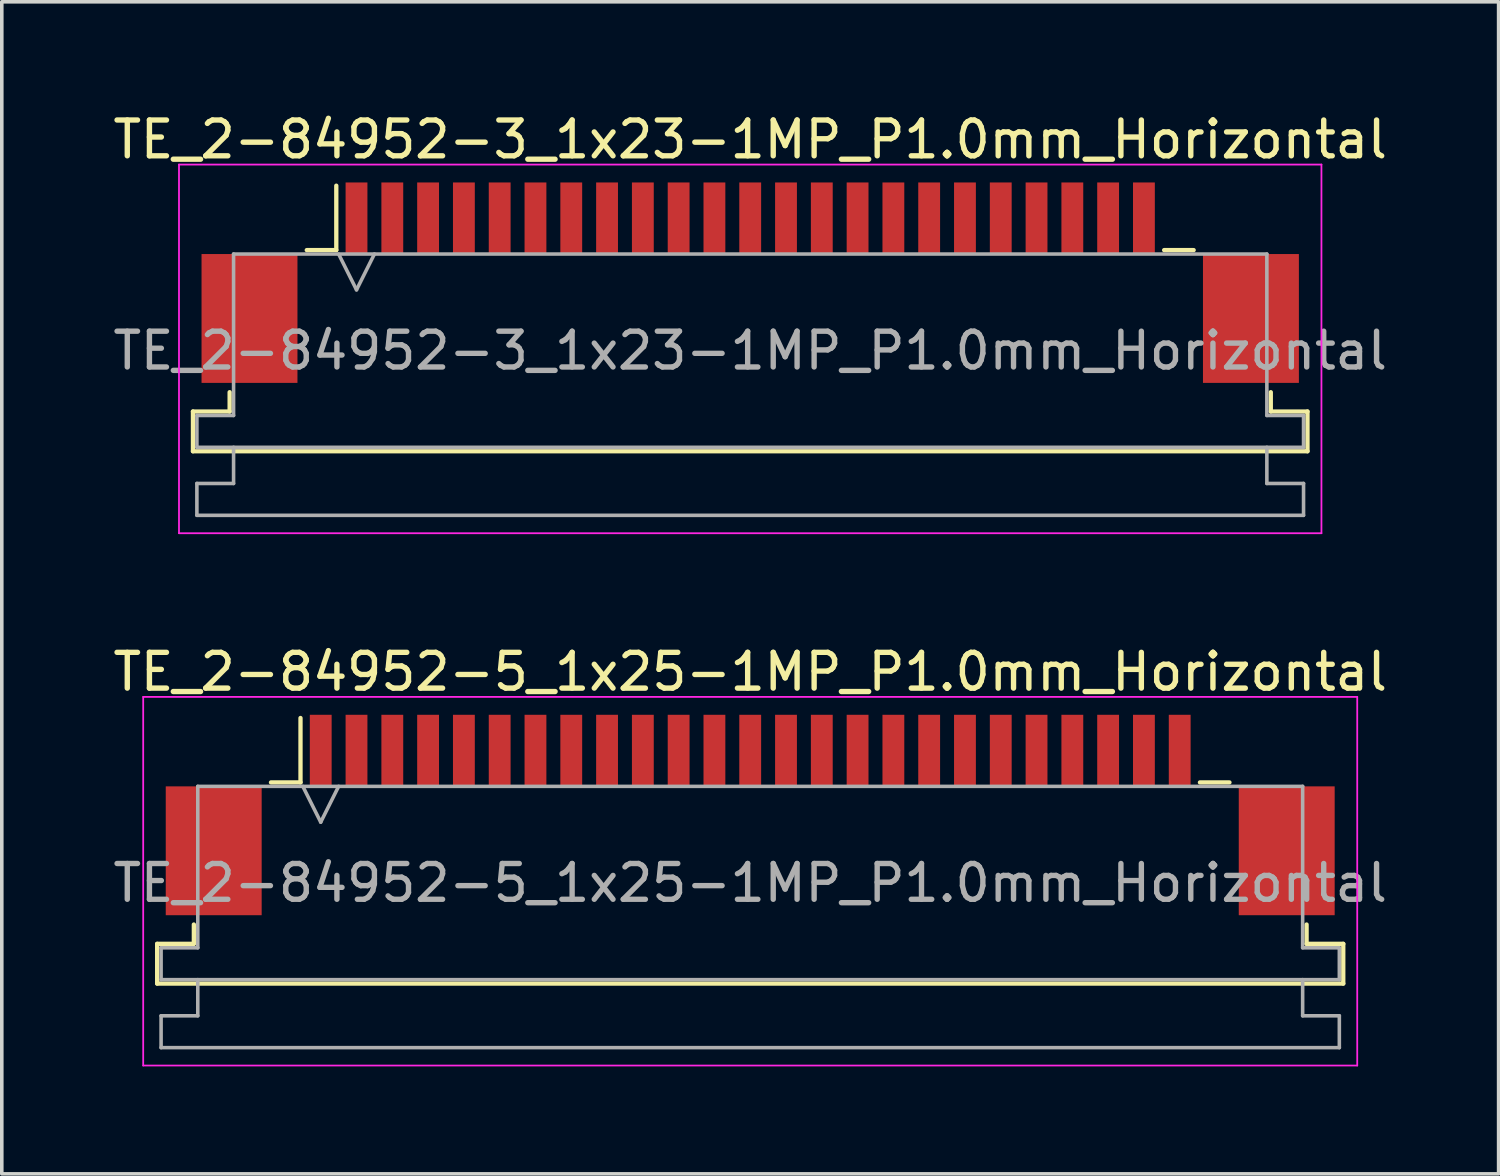
<source format=kicad_pcb>
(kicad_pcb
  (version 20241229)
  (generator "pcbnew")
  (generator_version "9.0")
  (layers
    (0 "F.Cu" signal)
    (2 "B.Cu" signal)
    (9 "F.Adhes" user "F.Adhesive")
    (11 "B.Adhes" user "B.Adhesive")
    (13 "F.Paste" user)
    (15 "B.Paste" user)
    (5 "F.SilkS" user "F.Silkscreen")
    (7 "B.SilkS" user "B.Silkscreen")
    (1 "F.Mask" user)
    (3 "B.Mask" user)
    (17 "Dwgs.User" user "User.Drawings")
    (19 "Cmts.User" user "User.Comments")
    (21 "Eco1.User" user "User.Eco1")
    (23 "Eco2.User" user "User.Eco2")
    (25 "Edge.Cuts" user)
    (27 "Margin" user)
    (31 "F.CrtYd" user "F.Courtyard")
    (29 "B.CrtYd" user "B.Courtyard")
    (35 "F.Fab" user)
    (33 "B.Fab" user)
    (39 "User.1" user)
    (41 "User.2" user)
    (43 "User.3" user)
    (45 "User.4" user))
  (footprint "TE_2-84952-3_1x23-1MP_P1.0mm_Horizontal"
    (layer "F.Cu")
    (at 17.911 4.848)
    (property "Reference" "TE_2-84952-3_1x23-1MP_P1.0mm_Horizontal" (at 0 -4 0) (layer "F.SilkS") (effects (font (size 1 1) (thickness 0.15))))
    (attr smd)
    (fp_line (start -15.57 3.6) (end -14.545 3.6) (stroke (width 0.12) (type solid)) (layer "F.SilkS"))
    (fp_line (start -15.57 4.71) (end -15.57 3.6) (stroke (width 0.12) (type solid)) (layer "F.SilkS"))
    (fp_line (start -14.545 3.6) (end -14.545 3.06) (stroke (width 0.12) (type solid)) (layer "F.SilkS"))
    (fp_line (start -12.39 -0.91) (end -11.565 -0.91) (stroke (width 0.12) (type solid)) (layer "F.SilkS"))
    (fp_line (start -11.565 -0.91) (end -11.565 -2.71) (stroke (width 0.12) (type solid)) (layer "F.SilkS"))
    (fp_line (start 11.565 -0.91) (end 12.39 -0.91) (stroke (width 0.12) (type solid)) (layer "F.SilkS"))
    (fp_line (start 14.545 3.06) (end 14.545 3.6) (stroke (width 0.12) (type solid)) (layer "F.SilkS"))
    (fp_line (start 14.545 3.6) (end 15.57 3.6) (stroke (width 0.12) (type solid)) (layer "F.SilkS"))
    (fp_line (start 15.57 3.6) (end 15.57 4.71) (stroke (width 0.12) (type solid)) (layer "F.SilkS"))
    (fp_line (start 15.57 4.71) (end -15.57 4.71) (stroke (width 0.12) (type solid)) (layer "F.SilkS"))
    (fp_line (start -15.96 -3.3) (end -15.96 7) (stroke (width 0.05) (type solid)) (layer "F.CrtYd"))
    (fp_line (start -15.96 7) (end 15.96 7) (stroke (width 0.05) (type solid)) (layer "F.CrtYd"))
    (fp_line (start 15.96 -3.3) (end -15.96 -3.3) (stroke (width 0.05) (type solid)) (layer "F.CrtYd"))
    (fp_line (start 15.96 7) (end 15.96 -3.3) (stroke (width 0.05) (type solid)) (layer "F.CrtYd"))
    (fp_line (start -15.46 3.71) (end -14.435 3.71) (stroke (width 0.1) (type solid)) (layer "F.Fab"))
    (fp_line (start -15.46 4.6) (end -15.46 3.71) (stroke (width 0.1) (type solid)) (layer "F.Fab"))
    (fp_line (start -15.46 5.61) (end -14.435 5.61) (stroke (width 0.1) (type solid)) (layer "F.Fab"))
    (fp_line (start -15.46 6.5) (end -15.46 5.61) (stroke (width 0.1) (type solid)) (layer "F.Fab"))
    (fp_line (start -14.435 -0.8) (end 14.435 -0.8) (stroke (width 0.1) (type solid)) (layer "F.Fab"))
    (fp_line (start -14.435 3.71) (end -14.435 -0.8) (stroke (width 0.1) (type solid)) (layer "F.Fab"))
    (fp_line (start -14.435 5.61) (end -14.435 4.6) (stroke (width 0.1) (type solid)) (layer "F.Fab"))
    (fp_line (start -11.5 -0.8) (end -11 0.2) (stroke (width 0.1) (type solid)) (layer "F.Fab"))
    (fp_line (start -11 0.2) (end -10.5 -0.8) (stroke (width 0.1) (type solid)) (layer "F.Fab"))
    (fp_line (start 14.435 -0.8) (end 14.435 3.71) (stroke (width 0.1) (type solid)) (layer "F.Fab"))
    (fp_line (start 14.435 3.71) (end 15.46 3.71) (stroke (width 0.1) (type solid)) (layer "F.Fab"))
    (fp_line (start 14.435 4.6) (end 14.435 5.61) (stroke (width 0.1) (type solid)) (layer "F.Fab"))
    (fp_line (start 14.435 5.61) (end 15.46 5.61) (stroke (width 0.1) (type solid)) (layer "F.Fab"))
    (fp_line (start 15.46 3.71) (end 15.46 4.6) (stroke (width 0.1) (type solid)) (layer "F.Fab"))
    (fp_line (start 15.46 4.6) (end -15.46 4.6) (stroke (width 0.1) (type solid)) (layer "F.Fab"))
    (fp_line (start 15.46 5.61) (end 15.46 6.5) (stroke (width 0.1) (type solid)) (layer "F.Fab"))
    (fp_line (start 15.46 6.5) (end -15.46 6.5) (stroke (width 0.1) (type solid)) (layer "F.Fab"))
    (fp_text user "${REFERENCE}" (at 0 1.9 0) (layer "F.Fab") (effects (font (size 1 1) (thickness 0.15))))
    (pad "1" smd rect (at -11 -1.8) (size 0.61 2) (layers "F.Cu" "F.Mask" "F.Paste"))
    (pad "2" smd rect (at -10 -1.8) (size 0.61 2) (layers "F.Cu" "F.Mask" "F.Paste"))
    (pad "3" smd rect (at -9 -1.8) (size 0.61 2) (layers "F.Cu" "F.Mask" "F.Paste"))
    (pad "4" smd rect (at -8 -1.8) (size 0.61 2) (layers "F.Cu" "F.Mask" "F.Paste"))
    (pad "5" smd rect (at -7 -1.8) (size 0.61 2) (layers "F.Cu" "F.Mask" "F.Paste"))
    (pad "6" smd rect (at -6 -1.8) (size 0.61 2) (layers "F.Cu" "F.Mask" "F.Paste"))
    (pad "7" smd rect (at -5 -1.8) (size 0.61 2) (layers "F.Cu" "F.Mask" "F.Paste"))
    (pad "8" smd rect (at -4 -1.8) (size 0.61 2) (layers "F.Cu" "F.Mask" "F.Paste"))
    (pad "9" smd rect (at -3 -1.8) (size 0.61 2) (layers "F.Cu" "F.Mask" "F.Paste"))
    (pad "10" smd rect (at -2 -1.8) (size 0.61 2) (layers "F.Cu" "F.Mask" "F.Paste"))
    (pad "11" smd rect (at -1 -1.8) (size 0.61 2) (layers "F.Cu" "F.Mask" "F.Paste"))
    (pad "12" smd rect (at 0 -1.8) (size 0.61 2) (layers "F.Cu" "F.Mask" "F.Paste"))
    (pad "13" smd rect (at 1 -1.8) (size 0.61 2) (layers "F.Cu" "F.Mask" "F.Paste"))
    (pad "14" smd rect (at 2 -1.8) (size 0.61 2) (layers "F.Cu" "F.Mask" "F.Paste"))
    (pad "15" smd rect (at 3 -1.8) (size 0.61 2) (layers "F.Cu" "F.Mask" "F.Paste"))
    (pad "16" smd rect (at 4 -1.8) (size 0.61 2) (layers "F.Cu" "F.Mask" "F.Paste"))
    (pad "17" smd rect (at 5 -1.8) (size 0.61 2) (layers "F.Cu" "F.Mask" "F.Paste"))
    (pad "18" smd rect (at 6 -1.8) (size 0.61 2) (layers "F.Cu" "F.Mask" "F.Paste"))
    (pad "19" smd rect (at 7 -1.8) (size 0.61 2) (layers "F.Cu" "F.Mask" "F.Paste"))
    (pad "20" smd rect (at 8 -1.8) (size 0.61 2) (layers "F.Cu" "F.Mask" "F.Paste"))
    (pad "21" smd rect (at 9 -1.8) (size 0.61 2) (layers "F.Cu" "F.Mask" "F.Paste"))
    (pad "22" smd rect (at 10 -1.8) (size 0.61 2) (layers "F.Cu" "F.Mask" "F.Paste"))
    (pad "23" smd rect (at 11 -1.8) (size 0.61 2) (layers "F.Cu" "F.Mask" "F.Paste"))
    (pad "MP" smd rect (at -13.99 1) (size 2.68 3.6) (layers "F.Cu" "F.Mask" "F.Paste"))
    (pad "MP" smd rect (at 13.99 1) (size 2.68 3.6) (layers "F.Cu" "F.Mask" "F.Paste")))
  (footprint "TE_2-84952-5_1x25-1MP_P1.0mm_Horizontal"
    (layer "F.Cu")
    (at 17.911 19.721)
    (property "Reference" "TE_2-84952-5_1x25-1MP_P1.0mm_Horizontal" (at 0 -4 0) (layer "F.SilkS") (effects (font (size 1 1) (thickness 0.15))))
    (attr smd)
    (fp_line (start -16.57 3.6) (end -15.545 3.6) (stroke (width 0.12) (type solid)) (layer "F.SilkS"))
    (fp_line (start -16.57 4.71) (end -16.57 3.6) (stroke (width 0.12) (type solid)) (layer "F.SilkS"))
    (fp_line (start -15.545 3.6) (end -15.545 3.06) (stroke (width 0.12) (type solid)) (layer "F.SilkS"))
    (fp_line (start -13.39 -0.91) (end -12.565 -0.91) (stroke (width 0.12) (type solid)) (layer "F.SilkS"))
    (fp_line (start -12.565 -0.91) (end -12.565 -2.71) (stroke (width 0.12) (type solid)) (layer "F.SilkS"))
    (fp_line (start 12.565 -0.91) (end 13.39 -0.91) (stroke (width 0.12) (type solid)) (layer "F.SilkS"))
    (fp_line (start 15.545 3.06) (end 15.545 3.6) (stroke (width 0.12) (type solid)) (layer "F.SilkS"))
    (fp_line (start 15.545 3.6) (end 16.57 3.6) (stroke (width 0.12) (type solid)) (layer "F.SilkS"))
    (fp_line (start 16.57 3.6) (end 16.57 4.71) (stroke (width 0.12) (type solid)) (layer "F.SilkS"))
    (fp_line (start 16.57 4.71) (end -16.57 4.71) (stroke (width 0.12) (type solid)) (layer "F.SilkS"))
    (fp_line (start -16.96 -3.3) (end -16.96 7) (stroke (width 0.05) (type solid)) (layer "F.CrtYd"))
    (fp_line (start -16.96 7) (end 16.96 7) (stroke (width 0.05) (type solid)) (layer "F.CrtYd"))
    (fp_line (start 16.96 -3.3) (end -16.96 -3.3) (stroke (width 0.05) (type solid)) (layer "F.CrtYd"))
    (fp_line (start 16.96 7) (end 16.96 -3.3) (stroke (width 0.05) (type solid)) (layer "F.CrtYd"))
    (fp_line (start -16.46 3.71) (end -15.435 3.71) (stroke (width 0.1) (type solid)) (layer "F.Fab"))
    (fp_line (start -16.46 4.6) (end -16.46 3.71) (stroke (width 0.1) (type solid)) (layer "F.Fab"))
    (fp_line (start -16.46 5.61) (end -15.435 5.61) (stroke (width 0.1) (type solid)) (layer "F.Fab"))
    (fp_line (start -16.46 6.5) (end -16.46 5.61) (stroke (width 0.1) (type solid)) (layer "F.Fab"))
    (fp_line (start -15.435 -0.8) (end 15.435 -0.8) (stroke (width 0.1) (type solid)) (layer "F.Fab"))
    (fp_line (start -15.435 3.71) (end -15.435 -0.8) (stroke (width 0.1) (type solid)) (layer "F.Fab"))
    (fp_line (start -15.435 5.61) (end -15.435 4.6) (stroke (width 0.1) (type solid)) (layer "F.Fab"))
    (fp_line (start -12.5 -0.8) (end -12 0.2) (stroke (width 0.1) (type solid)) (layer "F.Fab"))
    (fp_line (start -12 0.2) (end -11.5 -0.8) (stroke (width 0.1) (type solid)) (layer "F.Fab"))
    (fp_line (start 15.435 -0.8) (end 15.435 3.71) (stroke (width 0.1) (type solid)) (layer "F.Fab"))
    (fp_line (start 15.435 3.71) (end 16.46 3.71) (stroke (width 0.1) (type solid)) (layer "F.Fab"))
    (fp_line (start 15.435 4.6) (end 15.435 5.61) (stroke (width 0.1) (type solid)) (layer "F.Fab"))
    (fp_line (start 15.435 5.61) (end 16.46 5.61) (stroke (width 0.1) (type solid)) (layer "F.Fab"))
    (fp_line (start 16.46 3.71) (end 16.46 4.6) (stroke (width 0.1) (type solid)) (layer "F.Fab"))
    (fp_line (start 16.46 4.6) (end -16.46 4.6) (stroke (width 0.1) (type solid)) (layer "F.Fab"))
    (fp_line (start 16.46 5.61) (end 16.46 6.5) (stroke (width 0.1) (type solid)) (layer "F.Fab"))
    (fp_line (start 16.46 6.5) (end -16.46 6.5) (stroke (width 0.1) (type solid)) (layer "F.Fab"))
    (fp_text user "${REFERENCE}" (at 0 1.9 0) (layer "F.Fab") (effects (font (size 1 1) (thickness 0.15))))
    (pad "1" smd rect (at -12 -1.8) (size 0.61 2) (layers "F.Cu" "F.Mask" "F.Paste"))
    (pad "2" smd rect (at -11 -1.8) (size 0.61 2) (layers "F.Cu" "F.Mask" "F.Paste"))
    (pad "3" smd rect (at -10 -1.8) (size 0.61 2) (layers "F.Cu" "F.Mask" "F.Paste"))
    (pad "4" smd rect (at -9 -1.8) (size 0.61 2) (layers "F.Cu" "F.Mask" "F.Paste"))
    (pad "5" smd rect (at -8 -1.8) (size 0.61 2) (layers "F.Cu" "F.Mask" "F.Paste"))
    (pad "6" smd rect (at -7 -1.8) (size 0.61 2) (layers "F.Cu" "F.Mask" "F.Paste"))
    (pad "7" smd rect (at -6 -1.8) (size 0.61 2) (layers "F.Cu" "F.Mask" "F.Paste"))
    (pad "8" smd rect (at -5 -1.8) (size 0.61 2) (layers "F.Cu" "F.Mask" "F.Paste"))
    (pad "9" smd rect (at -4 -1.8) (size 0.61 2) (layers "F.Cu" "F.Mask" "F.Paste"))
    (pad "10" smd rect (at -3 -1.8) (size 0.61 2) (layers "F.Cu" "F.Mask" "F.Paste"))
    (pad "11" smd rect (at -2 -1.8) (size 0.61 2) (layers "F.Cu" "F.Mask" "F.Paste"))
    (pad "12" smd rect (at -1 -1.8) (size 0.61 2) (layers "F.Cu" "F.Mask" "F.Paste"))
    (pad "13" smd rect (at 0 -1.8) (size 0.61 2) (layers "F.Cu" "F.Mask" "F.Paste"))
    (pad "14" smd rect (at 1 -1.8) (size 0.61 2) (layers "F.Cu" "F.Mask" "F.Paste"))
    (pad "15" smd rect (at 2 -1.8) (size 0.61 2) (layers "F.Cu" "F.Mask" "F.Paste"))
    (pad "16" smd rect (at 3 -1.8) (size 0.61 2) (layers "F.Cu" "F.Mask" "F.Paste"))
    (pad "17" smd rect (at 4 -1.8) (size 0.61 2) (layers "F.Cu" "F.Mask" "F.Paste"))
    (pad "18" smd rect (at 5 -1.8) (size 0.61 2) (layers "F.Cu" "F.Mask" "F.Paste"))
    (pad "19" smd rect (at 6 -1.8) (size 0.61 2) (layers "F.Cu" "F.Mask" "F.Paste"))
    (pad "20" smd rect (at 7 -1.8) (size 0.61 2) (layers "F.Cu" "F.Mask" "F.Paste"))
    (pad "21" smd rect (at 8 -1.8) (size 0.61 2) (layers "F.Cu" "F.Mask" "F.Paste"))
    (pad "22" smd rect (at 9 -1.8) (size 0.61 2) (layers "F.Cu" "F.Mask" "F.Paste"))
    (pad "23" smd rect (at 10 -1.8) (size 0.61 2) (layers "F.Cu" "F.Mask" "F.Paste"))
    (pad "24" smd rect (at 11 -1.8) (size 0.61 2) (layers "F.Cu" "F.Mask" "F.Paste"))
    (pad "25" smd rect (at 12 -1.8) (size 0.61 2) (layers "F.Cu" "F.Mask" "F.Paste"))
    (pad "MP" smd rect (at -14.99 1) (size 2.68 3.6) (layers "F.Cu" "F.Mask" "F.Paste"))
    (pad "MP" smd rect (at 14.99 1) (size 2.68 3.6) (layers "F.Cu" "F.Mask" "F.Paste")))
  (gr_rect
    (start -3 -3)
    (end 38.821 29.747)
    (stroke (width 0.1) (type default))
    (fill no)
    (layer "Edge.Cuts")))
</source>
